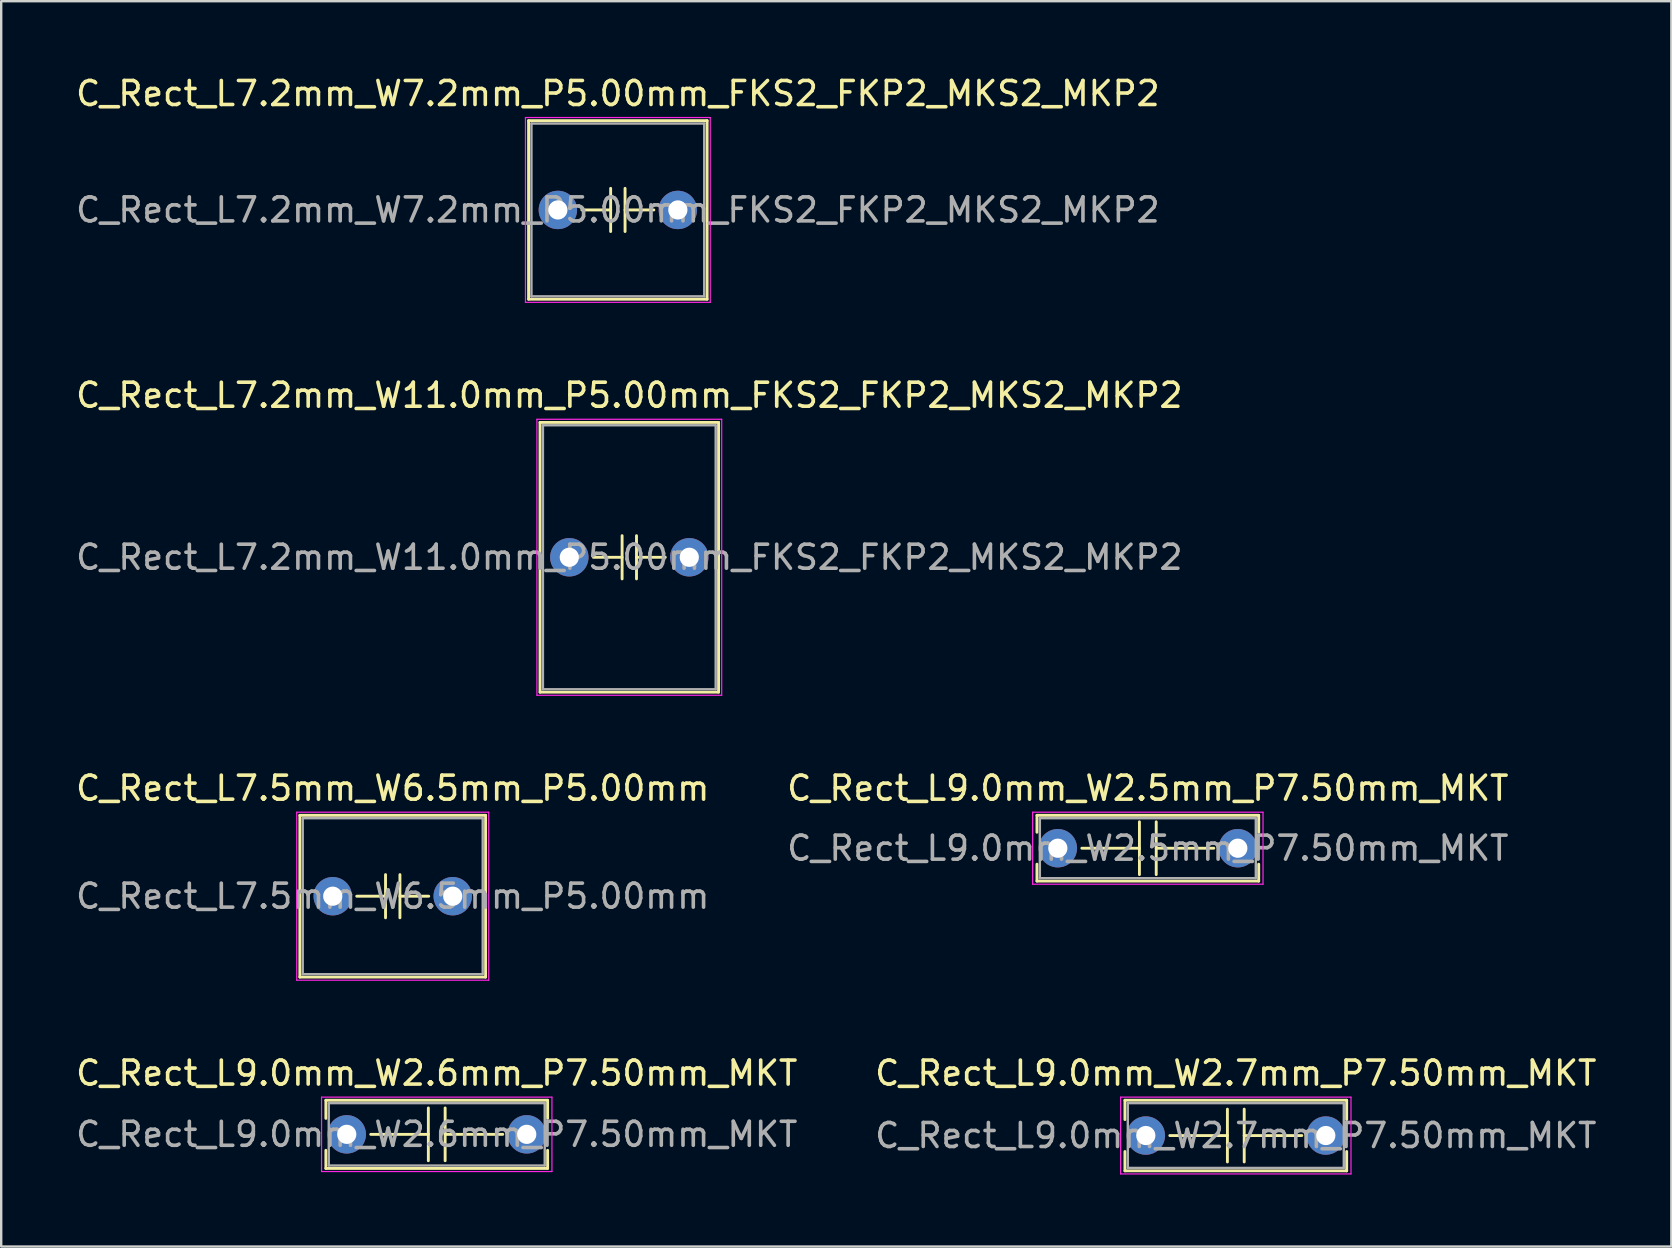
<source format=kicad_pcb>
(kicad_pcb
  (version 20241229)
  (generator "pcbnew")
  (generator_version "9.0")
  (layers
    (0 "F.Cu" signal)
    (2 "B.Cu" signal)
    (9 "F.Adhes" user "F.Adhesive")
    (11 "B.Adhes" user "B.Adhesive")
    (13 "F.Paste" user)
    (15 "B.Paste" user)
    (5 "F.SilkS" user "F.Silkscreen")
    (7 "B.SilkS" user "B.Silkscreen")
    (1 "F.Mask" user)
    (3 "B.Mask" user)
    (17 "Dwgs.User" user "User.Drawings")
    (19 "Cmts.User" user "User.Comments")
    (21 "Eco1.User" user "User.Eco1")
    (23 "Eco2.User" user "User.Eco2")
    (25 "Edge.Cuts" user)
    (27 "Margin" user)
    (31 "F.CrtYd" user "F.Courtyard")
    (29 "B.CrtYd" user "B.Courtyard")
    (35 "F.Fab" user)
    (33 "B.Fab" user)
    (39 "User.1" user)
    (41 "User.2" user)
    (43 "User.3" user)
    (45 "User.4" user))
  (footprint "C_Rect_L9.0mm_W2.5mm_P7.50mm_MKT"
    (layer "F.Cu")
    (at 41.03 32.295)
    (property "Reference" "C_Rect_L9.0mm_W2.5mm_P7.50mm_MKT" (at 3.75 -2.5 0) (layer "F.SilkS") (effects (font (size 1 1) (thickness 0.15))))
    (attr through_hole)
    (fp_line (start -0.87 -1.37) (end -0.87 -0.665) (stroke (width 0.12) (type solid)) (layer "F.SilkS"))
    (fp_line (start -0.87 -1.37) (end 8.37 -1.37) (stroke (width 0.12) (type solid)) (layer "F.SilkS"))
    (fp_line (start -0.87 0.665) (end -0.87 1.37) (stroke (width 0.12) (type solid)) (layer "F.SilkS"))
    (fp_line (start -0.87 1.37) (end 8.37 1.37) (stroke (width 0.12) (type solid)) (layer "F.SilkS"))
    (fp_line (start 1 0) (end 3.4 0) (stroke (width 0.12) (type solid)) (layer "F.SilkS"))
    (fp_line (start 3.4 -1.1) (end 3.4 1.1) (stroke (width 0.12) (type solid)) (layer "F.SilkS"))
    (fp_line (start 4.1 -1.1) (end 4.1 1.1) (stroke (width 0.12) (type solid)) (layer "F.SilkS"))
    (fp_line (start 4.1 0) (end 6.5 0) (stroke (width 0.12) (type solid)) (layer "F.SilkS"))
    (fp_line (start 8.37 -1.37) (end 8.37 -0.665) (stroke (width 0.12) (type solid)) (layer "F.SilkS"))
    (fp_line (start 8.37 0.665) (end 8.37 1.37) (stroke (width 0.12) (type solid)) (layer "F.SilkS"))
    (fp_line (start -1.05 -1.5) (end -1.05 1.5) (stroke (width 0.05) (type solid)) (layer "F.CrtYd"))
    (fp_line (start -1.05 1.5) (end 8.55 1.5) (stroke (width 0.05) (type solid)) (layer "F.CrtYd"))
    (fp_line (start 8.55 -1.5) (end -1.05 -1.5) (stroke (width 0.05) (type solid)) (layer "F.CrtYd"))
    (fp_line (start 8.55 1.5) (end 8.55 -1.5) (stroke (width 0.05) (type solid)) (layer "F.CrtYd"))
    (fp_line (start -0.75 -1.25) (end -0.75 1.25) (stroke (width 0.1) (type solid)) (layer "F.Fab"))
    (fp_line (start -0.75 1.25) (end 8.25 1.25) (stroke (width 0.1) (type solid)) (layer "F.Fab"))
    (fp_line (start 8.25 -1.25) (end -0.75 -1.25) (stroke (width 0.1) (type solid)) (layer "F.Fab"))
    (fp_line (start 8.25 1.25) (end 8.25 -1.25) (stroke (width 0.1) (type solid)) (layer "F.Fab"))
    (fp_text user "${REFERENCE}" (at 3.75 0 0) (layer "F.Fab") (effects (font (size 1 1) (thickness 0.15))))
    (pad "1" thru_hole circle (at 0 0) (size 1.6 1.6) (drill 0.8) (layers "*.Cu" "*.Mask"))
    (pad "2" thru_hole circle (at 7.5 0) (size 1.6 1.6) (drill 0.8) (layers "*.Cu" "*.Mask")))
  (footprint "C_Rect_L7.2mm_W11.0mm_P5.00mm_FKS2_FKP2_MKS2_MKP2"
    (layer "F.Cu")
    (at 20.673 20.172)
    (property "Reference" "C_Rect_L7.2mm_W11.0mm_P5.00mm_FKS2_FKP2_MKS2_MKP2" (at 2.5 -6.75 0) (layer "F.SilkS") (effects (font (size 1 1) (thickness 0.15))))
    (attr through_hole)
    (fp_line (start -1.22 -5.62) (end -1.22 5.62) (stroke (width 0.12) (type solid)) (layer "F.SilkS"))
    (fp_line (start -1.22 -5.62) (end 6.22 -5.62) (stroke (width 0.12) (type solid)) (layer "F.SilkS"))
    (fp_line (start -1.22 5.62) (end 6.22 5.62) (stroke (width 0.12) (type solid)) (layer "F.SilkS"))
    (fp_line (start 1 0) (end 2.2 0) (stroke (width 0.12) (type solid)) (layer "F.SilkS"))
    (fp_line (start 2.2 -0.9) (end 2.2 0.9) (stroke (width 0.12) (type solid)) (layer "F.SilkS"))
    (fp_line (start 2.8 -0.9) (end 2.8 0.9) (stroke (width 0.12) (type solid)) (layer "F.SilkS"))
    (fp_line (start 4 0) (end 2.8 0) (stroke (width 0.12) (type solid)) (layer "F.SilkS"))
    (fp_line (start 6.22 -5.62) (end 6.22 5.62) (stroke (width 0.12) (type solid)) (layer "F.SilkS"))
    (fp_line (start -1.35 -5.75) (end -1.35 5.75) (stroke (width 0.05) (type solid)) (layer "F.CrtYd"))
    (fp_line (start -1.35 5.75) (end 6.35 5.75) (stroke (width 0.05) (type solid)) (layer "F.CrtYd"))
    (fp_line (start 6.35 -5.75) (end -1.35 -5.75) (stroke (width 0.05) (type solid)) (layer "F.CrtYd"))
    (fp_line (start 6.35 5.75) (end 6.35 -5.75) (stroke (width 0.05) (type solid)) (layer "F.CrtYd"))
    (fp_line (start -1.1 -5.5) (end -1.1 5.5) (stroke (width 0.1) (type solid)) (layer "F.Fab"))
    (fp_line (start -1.1 5.5) (end 6.1 5.5) (stroke (width 0.1) (type solid)) (layer "F.Fab"))
    (fp_line (start 6.1 -5.5) (end -1.1 -5.5) (stroke (width 0.1) (type solid)) (layer "F.Fab"))
    (fp_line (start 6.1 5.5) (end 6.1 -5.5) (stroke (width 0.1) (type solid)) (layer "F.Fab"))
    (fp_text user "${REFERENCE}" (at 2.5 0 0) (layer "F.Fab") (effects (font (size 1 1) (thickness 0.15))))
    (pad "1" thru_hole circle (at 0 0) (size 1.6 1.6) (drill 0.8) (layers "*.Cu" "*.Mask"))
    (pad "2" thru_hole circle (at 5 0) (size 1.6 1.6) (drill 0.8) (layers "*.Cu" "*.Mask")))
  (footprint "C_Rect_L7.5mm_W6.5mm_P5.00mm"
    (layer "F.Cu")
    (at 10.815 34.295)
    (property "Reference" "C_Rect_L7.5mm_W6.5mm_P5.00mm" (at 2.5 -4.5 0) (layer "F.SilkS") (effects (font (size 1 1) (thickness 0.15))))
    (attr through_hole)
    (fp_line (start -1.37 -3.37) (end -1.37 3.37) (stroke (width 0.12) (type solid)) (layer "F.SilkS"))
    (fp_line (start -1.37 -3.37) (end 6.37 -3.37) (stroke (width 0.12) (type solid)) (layer "F.SilkS"))
    (fp_line (start -1.37 3.37) (end 6.37 3.37) (stroke (width 0.12) (type solid)) (layer "F.SilkS"))
    (fp_line (start 1 0) (end 2.2 0) (stroke (width 0.12) (type solid)) (layer "F.SilkS"))
    (fp_line (start 2.2 -0.9) (end 2.2 0.9) (stroke (width 0.12) (type solid)) (layer "F.SilkS"))
    (fp_line (start 2.8 -0.9) (end 2.8 0.9) (stroke (width 0.12) (type solid)) (layer "F.SilkS"))
    (fp_line (start 4 0) (end 2.8 0) (stroke (width 0.12) (type solid)) (layer "F.SilkS"))
    (fp_line (start 6.37 -3.37) (end 6.37 3.37) (stroke (width 0.12) (type solid)) (layer "F.SilkS"))
    (fp_line (start -1.5 -3.5) (end -1.5 3.5) (stroke (width 0.05) (type solid)) (layer "F.CrtYd"))
    (fp_line (start -1.5 3.5) (end 6.5 3.5) (stroke (width 0.05) (type solid)) (layer "F.CrtYd"))
    (fp_line (start 6.5 -3.5) (end -1.5 -3.5) (stroke (width 0.05) (type solid)) (layer "F.CrtYd"))
    (fp_line (start 6.5 3.5) (end 6.5 -3.5) (stroke (width 0.05) (type solid)) (layer "F.CrtYd"))
    (fp_line (start -1.25 -3.25) (end -1.25 3.25) (stroke (width 0.1) (type solid)) (layer "F.Fab"))
    (fp_line (start -1.25 3.25) (end 6.25 3.25) (stroke (width 0.1) (type solid)) (layer "F.Fab"))
    (fp_line (start 6.25 -3.25) (end -1.25 -3.25) (stroke (width 0.1) (type solid)) (layer "F.Fab"))
    (fp_line (start 6.25 3.25) (end 6.25 -3.25) (stroke (width 0.1) (type solid)) (layer "F.Fab"))
    (fp_text user "${REFERENCE}" (at 2.5 0 0) (layer "F.Fab") (effects (font (size 1 1) (thickness 0.15))))
    (pad "1" thru_hole circle (at 0 0) (size 1.6 1.6) (drill 0.8) (layers "*.Cu" "*.Mask"))
    (pad "2" thru_hole circle (at 5 0) (size 1.6 1.6) (drill 0.8) (layers "*.Cu" "*.Mask")))
  (footprint "C_Rect_L9.0mm_W2.6mm_P7.50mm_MKT"
    (layer "F.Cu")
    (at 11.399 44.218)
    (property "Reference" "C_Rect_L9.0mm_W2.6mm_P7.50mm_MKT" (at 3.75 -2.55 0) (layer "F.SilkS") (effects (font (size 1 1) (thickness 0.15))))
    (attr through_hole)
    (fp_line (start -0.87 -1.42) (end -0.87 -0.665) (stroke (width 0.12) (type solid)) (layer "F.SilkS"))
    (fp_line (start -0.87 -1.42) (end 8.37 -1.42) (stroke (width 0.12) (type solid)) (layer "F.SilkS"))
    (fp_line (start -0.87 0.665) (end -0.87 1.42) (stroke (width 0.12) (type solid)) (layer "F.SilkS"))
    (fp_line (start -0.87 1.42) (end 8.37 1.42) (stroke (width 0.12) (type solid)) (layer "F.SilkS"))
    (fp_line (start 1 0) (end 3.4 0) (stroke (width 0.12) (type solid)) (layer "F.SilkS"))
    (fp_line (start 3.4 -1.1) (end 3.4 1.1) (stroke (width 0.12) (type solid)) (layer "F.SilkS"))
    (fp_line (start 4.1 -1.1) (end 4.1 1.1) (stroke (width 0.12) (type solid)) (layer "F.SilkS"))
    (fp_line (start 4.1 0) (end 6.5 0) (stroke (width 0.12) (type solid)) (layer "F.SilkS"))
    (fp_line (start 8.37 -1.42) (end 8.37 -0.665) (stroke (width 0.12) (type solid)) (layer "F.SilkS"))
    (fp_line (start 8.37 0.665) (end 8.37 1.42) (stroke (width 0.12) (type solid)) (layer "F.SilkS"))
    (fp_line (start -1.05 -1.55) (end -1.05 1.55) (stroke (width 0.05) (type solid)) (layer "F.CrtYd"))
    (fp_line (start -1.05 1.55) (end 8.55 1.55) (stroke (width 0.05) (type solid)) (layer "F.CrtYd"))
    (fp_line (start 8.55 -1.55) (end -1.05 -1.55) (stroke (width 0.05) (type solid)) (layer "F.CrtYd"))
    (fp_line (start 8.55 1.55) (end 8.55 -1.55) (stroke (width 0.05) (type solid)) (layer "F.CrtYd"))
    (fp_line (start -0.75 -1.3) (end -0.75 1.3) (stroke (width 0.1) (type solid)) (layer "F.Fab"))
    (fp_line (start -0.75 1.3) (end 8.25 1.3) (stroke (width 0.1) (type solid)) (layer "F.Fab"))
    (fp_line (start 8.25 -1.3) (end -0.75 -1.3) (stroke (width 0.1) (type solid)) (layer "F.Fab"))
    (fp_line (start 8.25 1.3) (end 8.25 -1.3) (stroke (width 0.1) (type solid)) (layer "F.Fab"))
    (fp_text user "${REFERENCE}" (at 3.75 0 0) (layer "F.Fab") (effects (font (size 1 1) (thickness 0.15))))
    (pad "1" thru_hole circle (at 0 0) (size 1.6 1.6) (drill 0.8) (layers "*.Cu" "*.Mask"))
    (pad "2" thru_hole circle (at 7.5 0) (size 1.6 1.6) (drill 0.8) (layers "*.Cu" "*.Mask")))
  (footprint "C_Rect_L9.0mm_W2.7mm_P7.50mm_MKT"
    (layer "F.Cu")
    (at 44.696 44.268)
    (property "Reference" "C_Rect_L9.0mm_W2.7mm_P7.50mm_MKT" (at 3.75 -2.6 0) (layer "F.SilkS") (effects (font (size 1 1) (thickness 0.15))))
    (attr through_hole)
    (fp_line (start -0.87 -1.471) (end -0.87 -0.665) (stroke (width 0.12) (type solid)) (layer "F.SilkS"))
    (fp_line (start -0.87 -1.471) (end 8.37 -1.471) (stroke (width 0.12) (type solid)) (layer "F.SilkS"))
    (fp_line (start -0.87 0.665) (end -0.87 1.471) (stroke (width 0.12) (type solid)) (layer "F.SilkS"))
    (fp_line (start -0.87 1.471) (end 8.37 1.471) (stroke (width 0.12) (type solid)) (layer "F.SilkS"))
    (fp_line (start 1 0) (end 3.4 0) (stroke (width 0.12) (type solid)) (layer "F.SilkS"))
    (fp_line (start 3.4 -1.1) (end 3.4 1.1) (stroke (width 0.12) (type solid)) (layer "F.SilkS"))
    (fp_line (start 4.1 -1.1) (end 4.1 1.1) (stroke (width 0.12) (type solid)) (layer "F.SilkS"))
    (fp_line (start 4.1 0) (end 6.5 0) (stroke (width 0.12) (type solid)) (layer "F.SilkS"))
    (fp_line (start 8.37 -1.471) (end 8.37 -0.665) (stroke (width 0.12) (type solid)) (layer "F.SilkS"))
    (fp_line (start 8.37 0.665) (end 8.37 1.471) (stroke (width 0.12) (type solid)) (layer "F.SilkS"))
    (fp_line (start -1.05 -1.6) (end -1.05 1.6) (stroke (width 0.05) (type solid)) (layer "F.CrtYd"))
    (fp_line (start -1.05 1.6) (end 8.55 1.6) (stroke (width 0.05) (type solid)) (layer "F.CrtYd"))
    (fp_line (start 8.55 -1.6) (end -1.05 -1.6) (stroke (width 0.05) (type solid)) (layer "F.CrtYd"))
    (fp_line (start 8.55 1.6) (end 8.55 -1.6) (stroke (width 0.05) (type solid)) (layer "F.CrtYd"))
    (fp_line (start -0.75 -1.35) (end -0.75 1.35) (stroke (width 0.1) (type solid)) (layer "F.Fab"))
    (fp_line (start -0.75 1.35) (end 8.25 1.35) (stroke (width 0.1) (type solid)) (layer "F.Fab"))
    (fp_line (start 8.25 -1.35) (end -0.75 -1.35) (stroke (width 0.1) (type solid)) (layer "F.Fab"))
    (fp_line (start 8.25 1.35) (end 8.25 -1.35) (stroke (width 0.1) (type solid)) (layer "F.Fab"))
    (fp_text user "${REFERENCE}" (at 3.75 0 0) (layer "F.Fab") (effects (font (size 1 1) (thickness 0.15))))
    (pad "1" thru_hole circle (at 0 0) (size 1.6 1.6) (drill 0.8) (layers "*.Cu" "*.Mask"))
    (pad "2" thru_hole circle (at 7.5 0) (size 1.6 1.6) (drill 0.8) (layers "*.Cu" "*.Mask")))
  (footprint "C_Rect_L7.2mm_W7.2mm_P5.00mm_FKS2_FKP2_MKS2_MKP2"
    (layer "F.Cu")
    (at 20.196 5.698)
    (property "Reference" "C_Rect_L7.2mm_W7.2mm_P5.00mm_FKS2_FKP2_MKS2_MKP2" (at 2.5 -4.85 0) (layer "F.SilkS") (effects (font (size 1 1) (thickness 0.15))))
    (attr through_hole)
    (fp_line (start -1.22 -3.72) (end -1.22 3.72) (stroke (width 0.12) (type solid)) (layer "F.SilkS"))
    (fp_line (start -1.22 -3.72) (end 6.22 -3.72) (stroke (width 0.12) (type solid)) (layer "F.SilkS"))
    (fp_line (start -1.22 3.72) (end 6.22 3.72) (stroke (width 0.12) (type solid)) (layer "F.SilkS"))
    (fp_line (start 1 0) (end 2.2 0) (stroke (width 0.12) (type solid)) (layer "F.SilkS"))
    (fp_line (start 2.2 -0.9) (end 2.2 0.9) (stroke (width 0.12) (type solid)) (layer "F.SilkS"))
    (fp_line (start 2.8 -0.9) (end 2.8 0.9) (stroke (width 0.12) (type solid)) (layer "F.SilkS"))
    (fp_line (start 4 0) (end 2.8 0) (stroke (width 0.12) (type solid)) (layer "F.SilkS"))
    (fp_line (start 6.22 -3.72) (end 6.22 3.72) (stroke (width 0.12) (type solid)) (layer "F.SilkS"))
    (fp_line (start -1.35 -3.85) (end -1.35 3.85) (stroke (width 0.05) (type solid)) (layer "F.CrtYd"))
    (fp_line (start -1.35 3.85) (end 6.35 3.85) (stroke (width 0.05) (type solid)) (layer "F.CrtYd"))
    (fp_line (start 6.35 -3.85) (end -1.35 -3.85) (stroke (width 0.05) (type solid)) (layer "F.CrtYd"))
    (fp_line (start 6.35 3.85) (end 6.35 -3.85) (stroke (width 0.05) (type solid)) (layer "F.CrtYd"))
    (fp_line (start -1.1 -3.6) (end -1.1 3.6) (stroke (width 0.1) (type solid)) (layer "F.Fab"))
    (fp_line (start -1.1 3.6) (end 6.1 3.6) (stroke (width 0.1) (type solid)) (layer "F.Fab"))
    (fp_line (start 6.1 -3.6) (end -1.1 -3.6) (stroke (width 0.1) (type solid)) (layer "F.Fab"))
    (fp_line (start 6.1 3.6) (end 6.1 -3.6) (stroke (width 0.1) (type solid)) (layer "F.Fab"))
    (fp_text user "${REFERENCE}" (at 2.5 0 0) (layer "F.Fab") (effects (font (size 1 1) (thickness 0.15))))
    (pad "1" thru_hole circle (at 0 0) (size 1.6 1.6) (drill 0.8) (layers "*.Cu" "*.Mask"))
    (pad "2" thru_hole circle (at 5 0) (size 1.6 1.6) (drill 0.8) (layers "*.Cu" "*.Mask")))
  (gr_rect
    (start -3 -3)
    (end 66.595 48.893)
    (stroke (width 0.1) (type default))
    (fill no)
    (layer "Edge.Cuts")))
</source>
